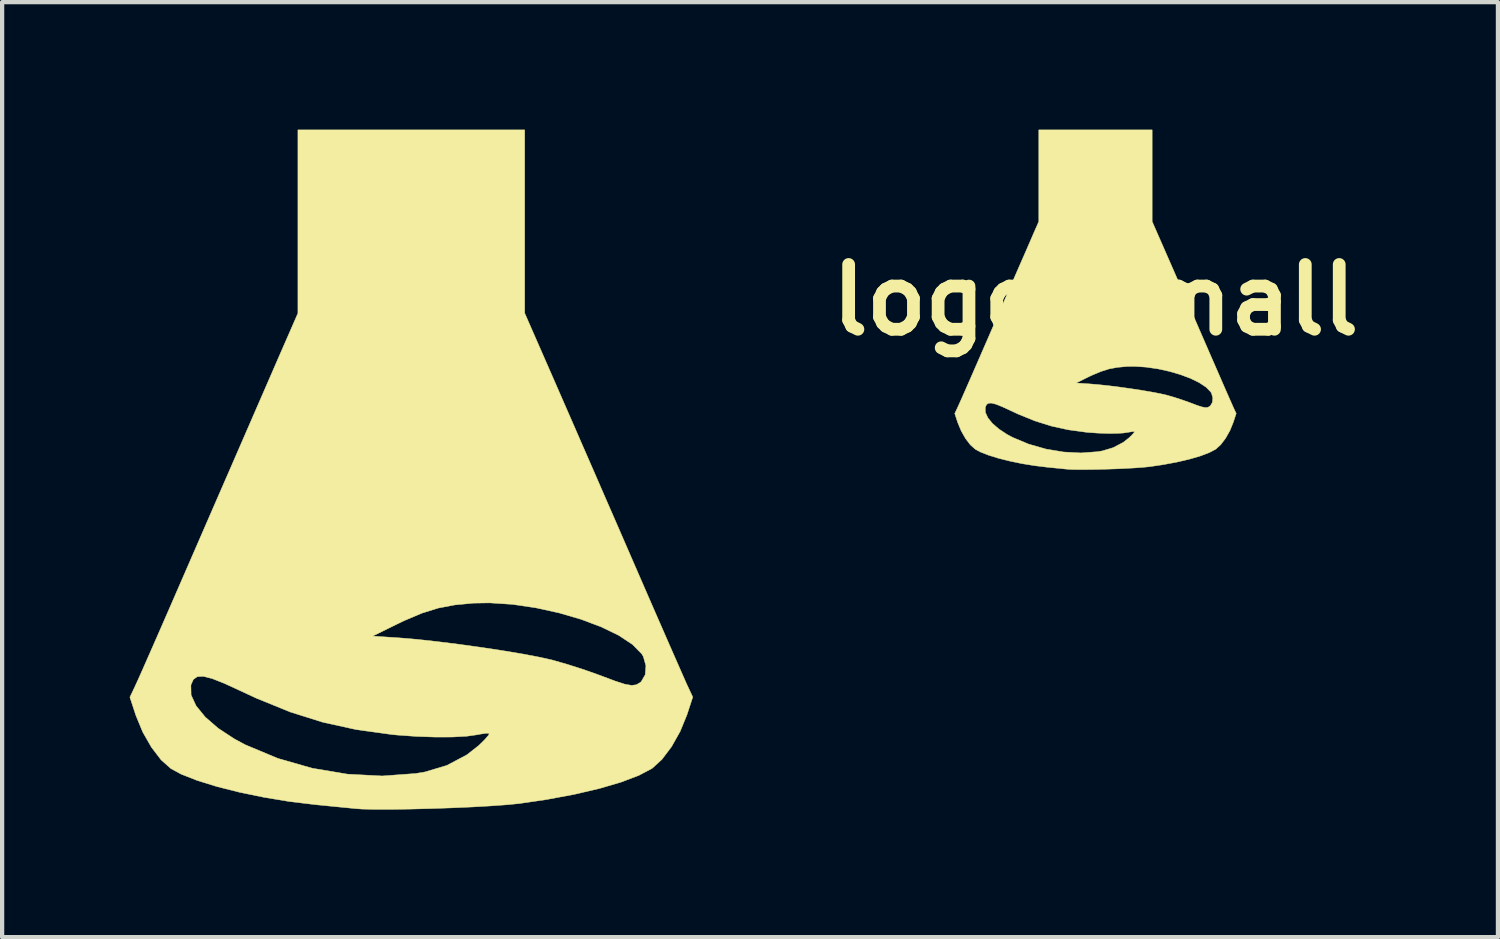
<source format=kicad_pcb>
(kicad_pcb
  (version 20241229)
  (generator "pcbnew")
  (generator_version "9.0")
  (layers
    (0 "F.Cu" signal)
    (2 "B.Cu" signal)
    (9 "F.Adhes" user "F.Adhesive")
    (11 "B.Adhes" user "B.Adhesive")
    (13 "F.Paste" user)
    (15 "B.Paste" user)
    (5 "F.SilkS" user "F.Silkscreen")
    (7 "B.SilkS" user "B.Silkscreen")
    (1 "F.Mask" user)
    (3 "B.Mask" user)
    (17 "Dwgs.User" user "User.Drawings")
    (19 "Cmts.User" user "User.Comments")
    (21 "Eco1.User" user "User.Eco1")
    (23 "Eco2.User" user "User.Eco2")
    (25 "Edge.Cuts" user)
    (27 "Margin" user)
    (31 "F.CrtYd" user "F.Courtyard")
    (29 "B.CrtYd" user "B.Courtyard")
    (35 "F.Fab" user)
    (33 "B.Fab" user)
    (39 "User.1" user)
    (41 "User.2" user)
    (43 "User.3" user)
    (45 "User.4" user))
  (footprint "logo"
    (layer "F.Cu")
    (at 6.624 8.006)
    (property "Reference" "logo" (at 0 0 0) (layer "F.SilkS") (effects (font (size 1.524 1.524) (thickness 0.3))))
    (attr through_hole)
    (fp_poly (pts (xy 2.667 -3.691) (xy 3.371 -2.084) (xy 3.554 -1.664) (xy 3.778 -1.152) (xy 4.032 -0.569) (xy 4.307 0.061) (xy 4.591 0.714) (xy 4.876 1.367) (xy 5.15 1.998) (xy 5.22 2.159) (xy 5.461 2.713) (xy 5.69 3.239) (xy 5.902 3.724) (xy 6.091 4.156) (xy 6.251 4.52) (xy 6.376 4.804) (xy 6.46 4.995) (xy 6.493 5.067) (xy 6.62 5.339) (xy 6.483 5.758) (xy 6.325 6.144) (xy 6.123 6.504) (xy 5.896 6.805) (xy 5.666 7.015) (xy 5.656 7.021) (xy 5.35 7.183) (xy 4.933 7.341) (xy 4.421 7.491) (xy 3.829 7.629) (xy 3.173 7.751) (xy 2.536 7.844) (xy 2.252 7.872) (xy 1.879 7.899) (xy 1.441 7.924) (xy 0.963 7.945) (xy 0.47 7.962) (xy -0.013 7.974) (xy -0.462 7.981) (xy -0.85 7.981) (xy -1.154 7.974) (xy -1.302 7.964) (xy -1.472 7.947) (xy -1.728 7.922) (xy -2.033 7.892) (xy -2.254 7.87) (xy -2.863 7.797) (xy -3.466 7.697) (xy -4.044 7.578) (xy -4.575 7.444) (xy -5.039 7.3) (xy -5.415 7.152) (xy -5.656 7.021) (xy -5.885 6.817) (xy -6.113 6.519) (xy -6.317 6.162) (xy -6.476 5.777) (xy -6.482 5.76) (xy -6.619 5.342) (xy -6.489 5.068) (xy -6.486 5.061) (xy -5.184 5.061) (xy -5.179 5.291) (xy -5.062 5.545) (xy -4.846 5.81) (xy -4.541 6.074) (xy -4.157 6.326) (xy -3.905 6.461) (xy -3.14 6.781) (xy -2.33 7.013) (xy -1.502 7.152) (xy -0.683 7.195) (xy 0.101 7.137) (xy 0.318 7.101) (xy 0.835 6.947) (xy 1.307 6.697) (xy 1.587 6.478) (xy 1.729 6.338) (xy 1.818 6.235) (xy 1.834 6.195) (xy 1.761 6.19) (xy 1.611 6.213) (xy 1.554 6.225) (xy 1.308 6.26) (xy 0.967 6.279) (xy 0.56 6.28) (xy 0.118 6.265) (xy -0.328 6.233) (xy -0.445 6.222) (xy -1.292 6.105) (xy -2.08 5.932) (xy -2.85 5.69) (xy -3.643 5.367) (xy -4.011 5.196) (xy -4.395 5.019) (xy -4.683 4.905) (xy -4.892 4.852) (xy -5.034 4.859) (xy -5.125 4.924) (xy -5.18 5.045) (xy -5.184 5.061) (xy -6.486 5.061) (xy -6.431 4.94) (xy -6.33 4.714) (xy -6.194 4.405) (xy -6.03 4.032) (xy -5.974 3.905) (xy -0.908 3.905) (xy -0.279 3.947) (xy 0.126 3.981) (xy 0.6 4.033) (xy 1.114 4.097) (xy 1.642 4.17) (xy 2.155 4.248) (xy 2.626 4.327) (xy 3.027 4.403) (xy 3.33 4.472) (xy 3.341 4.475) (xy 3.687 4.575) (xy 4.076 4.7) (xy 4.431 4.826) (xy 4.484 4.846) (xy 4.801 4.965) (xy 5.025 5.037) (xy 5.181 5.064) (xy 5.291 5.05) (xy 5.38 4.999) (xy 5.408 4.975) (xy 5.501 4.814) (xy 5.518 4.602) (xy 5.458 4.389) (xy 5.421 4.325) (xy 5.204 4.104) (xy 4.881 3.89) (xy 4.471 3.691) (xy 3.996 3.512) (xy 3.475 3.36) (xy 2.929 3.24) (xy 2.379 3.159) (xy 1.844 3.124) (xy 1.466 3.13) (xy 1.023 3.172) (xy 0.631 3.247) (xy 0.247 3.367) (xy -0.175 3.546) (xy -0.375 3.643) (xy -0.908 3.905) (xy -5.974 3.905) (xy -5.846 3.612) (xy -5.65 3.163) (xy -5.6 3.048) (xy -5.099 1.896) (xy -4.648 0.859) (xy -4.247 -0.061) (xy -3.897 -0.866) (xy -3.597 -1.556) (xy -3.347 -2.13) (xy -3.147 -2.59) (xy -2.996 -2.936) (xy -2.895 -3.167) (xy -2.883 -3.194) (xy -2.667 -3.689) (xy -2.667 -8.001) (xy 2.667 -8.001) (xy 2.667 -3.691)) (stroke (width 0.01) (type solid)) (fill yes) (layer "F.SilkS")))
  (footprint "logo_small"
    (layer "F.Cu")
    (at 22.716 4.005)
    (property "Reference" "logo_small" (at 0 0 0) (layer "F.SilkS") (effects (font (size 1.524 1.524) (thickness 0.3))))
    (attr through_hole)
    (fp_poly (pts (xy 1.333 -1.845) (xy 1.685 -1.042) (xy 1.777 -0.832) (xy 1.889 -0.576) (xy 2.016 -0.284) (xy 2.153 0.03) (xy 2.296 0.357) (xy 2.438 0.684) (xy 2.575 0.999) (xy 2.61 1.079) (xy 2.73 1.356) (xy 2.845 1.619) (xy 2.951 1.862) (xy 3.045 2.078) (xy 3.125 2.26) (xy 3.188 2.402) (xy 3.23 2.497) (xy 3.246 2.533) (xy 3.31 2.669) (xy 3.241 2.879) (xy 3.163 3.072) (xy 3.061 3.252) (xy 2.948 3.402) (xy 2.833 3.507) (xy 2.828 3.511) (xy 2.675 3.591) (xy 2.467 3.67) (xy 2.21 3.745) (xy 1.914 3.814) (xy 1.586 3.875) (xy 1.268 3.922) (xy 1.126 3.936) (xy 0.94 3.95) (xy 0.721 3.962) (xy 0.482 3.973) (xy 0.235 3.981) (xy -0.007 3.987) (xy -0.231 3.99) (xy -0.425 3.99) (xy -0.577 3.987) (xy -0.651 3.982) (xy -0.736 3.974) (xy -0.864 3.961) (xy -1.016 3.946) (xy -1.127 3.935) (xy -1.431 3.898) (xy -1.733 3.849) (xy -2.022 3.789) (xy -2.287 3.722) (xy -2.519 3.65) (xy -2.707 3.576) (xy -2.828 3.511) (xy -2.943 3.408) (xy -3.056 3.26) (xy -3.158 3.081) (xy -3.238 2.889) (xy -3.241 2.88) (xy -3.31 2.671) (xy -3.245 2.534) (xy -3.243 2.53) (xy -2.592 2.53) (xy -2.589 2.645) (xy -2.531 2.772) (xy -2.423 2.905) (xy -2.27 3.037) (xy -2.079 3.163) (xy -1.953 3.231) (xy -1.57 3.391) (xy -1.165 3.507) (xy -0.751 3.576) (xy -0.341 3.598) (xy 0.051 3.569) (xy 0.159 3.551) (xy 0.418 3.473) (xy 0.653 3.349) (xy 0.793 3.239) (xy 0.864 3.169) (xy 0.909 3.117) (xy 0.917 3.097) (xy 0.88 3.095) (xy 0.806 3.106) (xy 0.777 3.112) (xy 0.654 3.13) (xy 0.483 3.139) (xy 0.28 3.14) (xy 0.059 3.132) (xy -0.164 3.117) (xy -0.222 3.111) (xy -0.646 3.053) (xy -1.04 2.966) (xy -1.425 2.845) (xy -1.821 2.684) (xy -2.006 2.598) (xy -2.197 2.51) (xy -2.342 2.452) (xy -2.446 2.426) (xy -2.517 2.429) (xy -2.563 2.462) (xy -2.59 2.522) (xy -2.592 2.53) (xy -3.243 2.53) (xy -3.216 2.47) (xy -3.165 2.357) (xy -3.097 2.203) (xy -3.015 2.016) (xy -2.987 1.953) (xy -0.454 1.953) (xy -0.14 1.974) (xy 0.063 1.991) (xy 0.3 2.016) (xy 0.557 2.048) (xy 0.821 2.085) (xy 1.078 2.124) (xy 1.313 2.164) (xy 1.513 2.202) (xy 1.665 2.236) (xy 1.67 2.237) (xy 1.844 2.287) (xy 2.038 2.35) (xy 2.215 2.413) (xy 2.242 2.423) (xy 2.4 2.483) (xy 2.513 2.518) (xy 2.59 2.532) (xy 2.646 2.525) (xy 2.69 2.499) (xy 2.704 2.487) (xy 2.75 2.407) (xy 2.759 2.301) (xy 2.729 2.194) (xy 2.71 2.163) (xy 2.602 2.052) (xy 2.44 1.945) (xy 2.236 1.845) (xy 1.998 1.756) (xy 1.738 1.68) (xy 1.465 1.62) (xy 1.189 1.58) (xy 0.922 1.562) (xy 0.733 1.565) (xy 0.511 1.586) (xy 0.316 1.623) (xy 0.124 1.684) (xy -0.087 1.773) (xy -0.187 1.821) (xy -0.454 1.953) (xy -2.987 1.953) (xy -2.923 1.806) (xy -2.825 1.581) (xy -2.8 1.524) (xy -2.549 0.948) (xy -2.324 0.43) (xy -2.124 -0.031) (xy -1.949 -0.433) (xy -1.799 -0.778) (xy -1.673 -1.065) (xy -1.573 -1.295) (xy -1.498 -1.468) (xy -1.448 -1.584) (xy -1.442 -1.597) (xy -1.333 -1.845) (xy -1.333 -4) (xy 1.333 -4) (xy 1.333 -1.845)) (stroke (width 0.01) (type solid)) (fill yes) (layer "F.SilkS")))
  (gr_rect
    (start -3 -3)
    (end 32.182 18.992)
    (stroke (width 0.1) (type default))
    (fill no)
    (layer "Edge.Cuts")))
</source>
